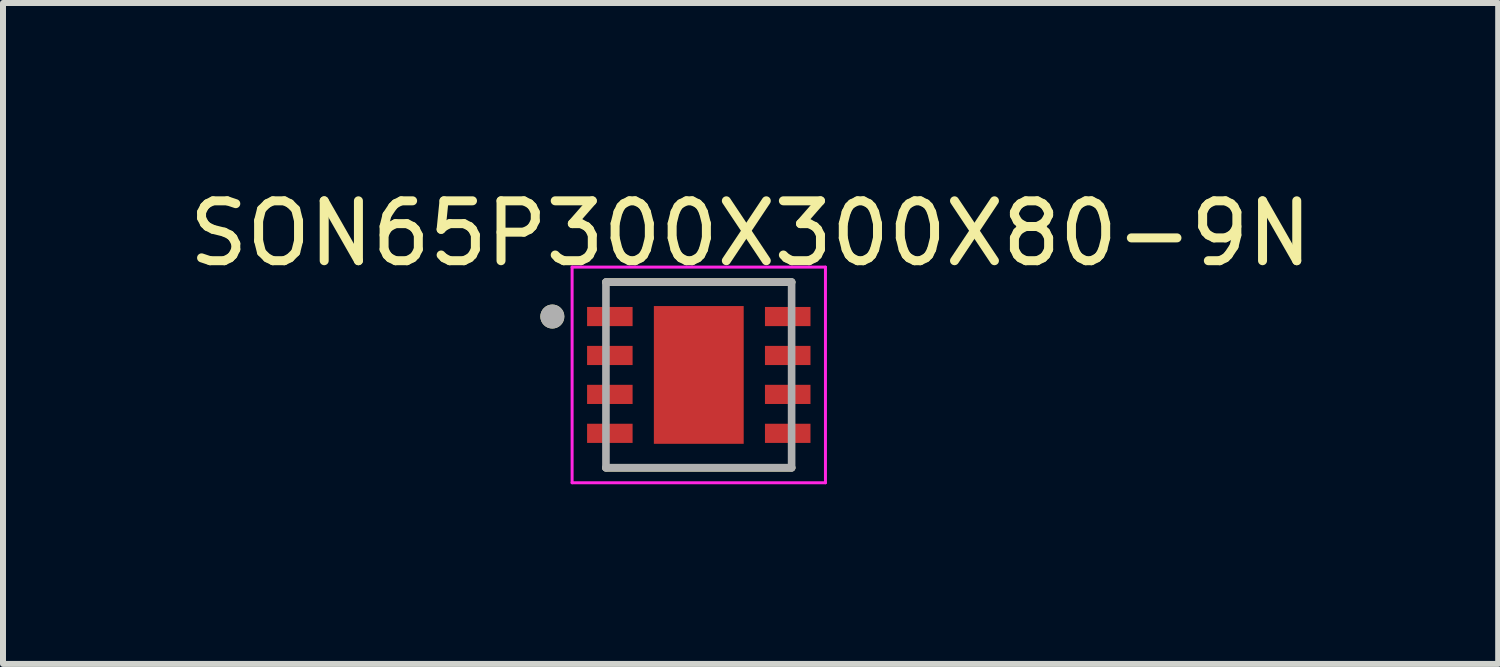
<source format=kicad_pcb>
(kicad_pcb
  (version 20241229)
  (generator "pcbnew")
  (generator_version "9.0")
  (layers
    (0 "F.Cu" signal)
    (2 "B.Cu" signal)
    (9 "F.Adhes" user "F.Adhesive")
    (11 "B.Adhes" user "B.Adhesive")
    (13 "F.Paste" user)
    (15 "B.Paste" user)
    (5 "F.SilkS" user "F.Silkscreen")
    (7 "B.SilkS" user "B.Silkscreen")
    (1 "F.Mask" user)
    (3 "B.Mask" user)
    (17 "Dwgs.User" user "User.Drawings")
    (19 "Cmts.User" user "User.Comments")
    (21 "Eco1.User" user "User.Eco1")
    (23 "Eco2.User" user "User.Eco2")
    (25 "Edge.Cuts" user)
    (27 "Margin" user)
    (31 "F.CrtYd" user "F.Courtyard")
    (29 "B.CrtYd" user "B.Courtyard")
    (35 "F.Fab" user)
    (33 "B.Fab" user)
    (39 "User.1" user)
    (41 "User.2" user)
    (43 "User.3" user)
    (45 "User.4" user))
  (footprint "SON65P300X300X80-9N"
    (layer "F.Cu")
    (at 8.617 3.21)
    (property "Reference" "SON65P300X300X80-9N" (at 0.865 -2.362 0) (layer "F.SilkS") (effects (font (size 1 1) (thickness 0.15))))
    (attr through_hole)
    (fp_line (start -1.55 -1.55) (end 1.55 -1.55) (stroke (width 0.127) (type solid)) (layer "F.SilkS"))
    (fp_line (start -1.55 1.55) (end 1.55 1.55) (stroke (width 0.127) (type solid)) (layer "F.SilkS"))
    (fp_circle (center -2.445 -0.975) (end -2.345 -0.975) (stroke (width 0.2) (type solid)) (fill no) (layer "F.SilkS"))
    (fp_poly (pts (xy -0.47 -0.73) (xy 0.47 -0.73) (xy 0.47 0.73) (xy -0.47 0.73)) (stroke (width 0.01) (type solid)) (fill yes) (layer "F.Paste"))
    (fp_line (start -2.115 -1.8) (end -2.115 1.8) (stroke (width 0.05) (type solid)) (layer "F.CrtYd"))
    (fp_line (start -2.115 -1.8) (end 2.115 -1.8) (stroke (width 0.05) (type solid)) (layer "F.CrtYd"))
    (fp_line (start -2.115 1.8) (end 2.115 1.8) (stroke (width 0.05) (type solid)) (layer "F.CrtYd"))
    (fp_line (start 2.115 -1.8) (end 2.115 1.8) (stroke (width 0.05) (type solid)) (layer "F.CrtYd"))
    (fp_line (start -1.55 -1.55) (end -1.55 1.55) (stroke (width 0.127) (type solid)) (layer "F.Fab"))
    (fp_line (start -1.55 -1.55) (end 1.55 -1.55) (stroke (width 0.127) (type solid)) (layer "F.Fab"))
    (fp_line (start -1.55 1.55) (end 1.55 1.55) (stroke (width 0.127) (type solid)) (layer "F.Fab"))
    (fp_line (start 1.55 -1.55) (end 1.55 1.55) (stroke (width 0.127) (type solid)) (layer "F.Fab"))
    (fp_circle (center -2.445 -0.975) (end -2.345 -0.975) (stroke (width 0.2) (type solid)) (fill no) (layer "F.Fab"))
    (pad "1" smd rect (at -1.485 -0.975) (size 0.76 0.32) (layers "F.Cu" "F.Mask" "F.Paste"))
    (pad "2" smd rect (at -1.485 -0.325) (size 0.76 0.32) (layers "F.Cu" "F.Mask" "F.Paste"))
    (pad "3" smd rect (at -1.485 0.325) (size 0.76 0.32) (layers "F.Cu" "F.Mask" "F.Paste"))
    (pad "4" smd rect (at -1.485 0.975) (size 0.76 0.32) (layers "F.Cu" "F.Mask" "F.Paste"))
    (pad "5" smd rect (at 1.485 0.975) (size 0.76 0.32) (layers "F.Cu" "F.Mask" "F.Paste"))
    (pad "6" smd rect (at 1.485 0.325) (size 0.76 0.32) (layers "F.Cu" "F.Mask" "F.Paste"))
    (pad "7" smd rect (at 1.485 -0.325) (size 0.76 0.32) (layers "F.Cu" "F.Mask" "F.Paste"))
    (pad "8" smd rect (at 1.485 -0.975) (size 0.76 0.32) (layers "F.Cu" "F.Mask" "F.Paste"))
    (pad "9" smd rect (at 0 0) (size 1.5 2.3) (layers "F.Cu" "F.Mask")))
  (gr_rect
    (start -3 -3)
    (end 21.964 8.035)
    (stroke (width 0.1) (type default))
    (fill no)
    (layer "Edge.Cuts")))
</source>
